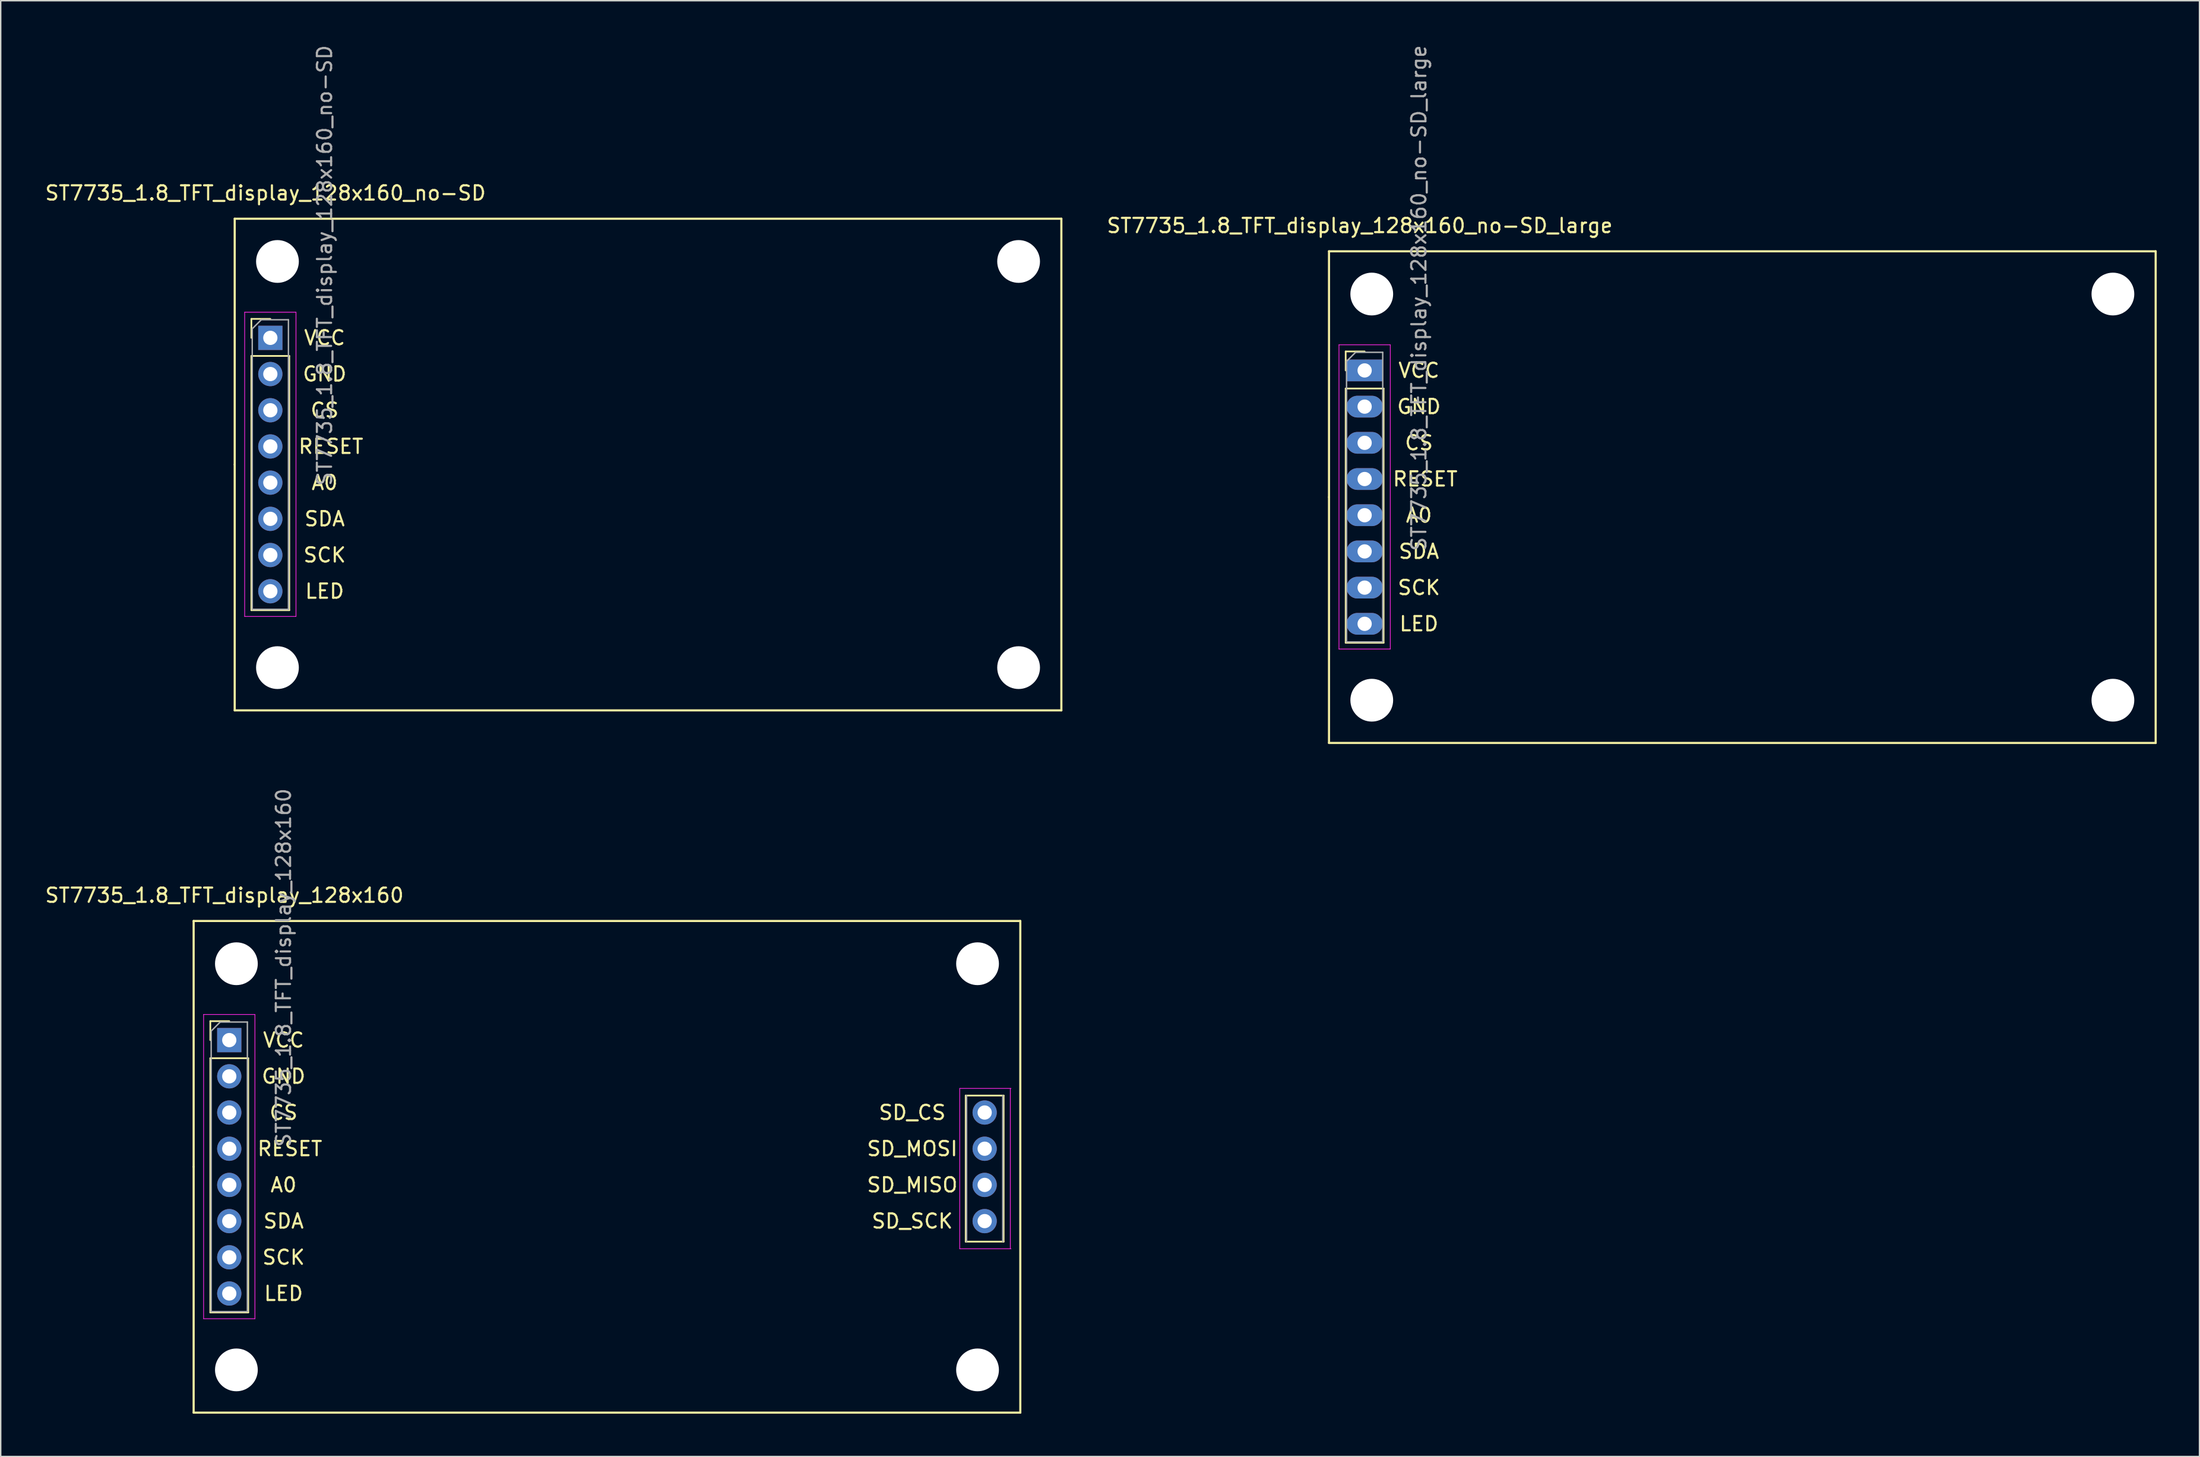
<source format=kicad_pcb>
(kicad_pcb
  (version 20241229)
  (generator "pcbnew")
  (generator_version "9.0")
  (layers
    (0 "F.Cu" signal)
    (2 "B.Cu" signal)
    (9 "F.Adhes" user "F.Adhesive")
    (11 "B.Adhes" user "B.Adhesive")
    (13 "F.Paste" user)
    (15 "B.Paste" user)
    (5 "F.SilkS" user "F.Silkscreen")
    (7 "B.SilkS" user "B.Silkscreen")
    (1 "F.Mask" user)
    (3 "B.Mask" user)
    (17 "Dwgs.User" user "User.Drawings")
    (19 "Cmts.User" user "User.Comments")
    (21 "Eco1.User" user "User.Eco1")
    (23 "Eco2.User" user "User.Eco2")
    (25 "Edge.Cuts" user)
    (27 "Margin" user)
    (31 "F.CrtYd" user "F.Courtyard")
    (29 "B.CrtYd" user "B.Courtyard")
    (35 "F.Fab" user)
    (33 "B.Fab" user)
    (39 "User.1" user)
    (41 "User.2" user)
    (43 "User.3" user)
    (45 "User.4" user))
  (footprint "ST7735_1.8_TFT_display_128x160"
    (layer "F.Cu")
    (at 13.036 69.935)
    (property "Reference" "ST7735_1.8_TFT_display_128x160" (at -0.34 -10.16 0) (layer "F.SilkS") (effects (font (size 1 1) (thickness 0.15))))
    (attr through_hole)
    (fp_line (start -2.5 8.89) (end -2.5 -8.36) (stroke (width 0.15) (type solid)) (layer "F.SilkS"))
    (fp_line (start -2.5 8.89) (end -2.5 26.14) (stroke (width 0.15) (type solid)) (layer "F.SilkS"))
    (fp_line (start -2.5 26.14) (end 55.5 26.14) (stroke (width 0.15) (type solid)) (layer "F.SilkS"))
    (fp_line (start -1.33 -1.33) (end 0 -1.33) (stroke (width 0.12) (type solid)) (layer "F.SilkS"))
    (fp_line (start -1.33 0) (end -1.33 -1.33) (stroke (width 0.12) (type solid)) (layer "F.SilkS"))
    (fp_line (start -1.33 1.27) (end -1.33 19.11) (stroke (width 0.12) (type solid)) (layer "F.SilkS"))
    (fp_line (start -1.33 1.27) (end 1.33 1.27) (stroke (width 0.12) (type solid)) (layer "F.SilkS"))
    (fp_line (start -1.33 19.11) (end 1.33 19.11) (stroke (width 0.12) (type solid)) (layer "F.SilkS"))
    (fp_line (start 1.33 1.27) (end 1.33 19.11) (stroke (width 0.12) (type solid)) (layer "F.SilkS"))
    (fp_line (start 51.67 3.89) (end 51.67 14.14) (stroke (width 0.12) (type solid)) (layer "F.SilkS"))
    (fp_line (start 51.67 3.89) (end 54.33 3.89) (stroke (width 0.12) (type solid)) (layer "F.SilkS"))
    (fp_line (start 51.67 14.14) (end 54.33 14.14) (stroke (width 0.12) (type solid)) (layer "F.SilkS"))
    (fp_line (start 54.33 3.89) (end 54.33 14.14) (stroke (width 0.12) (type solid)) (layer "F.SilkS"))
    (fp_line (start 55.5 -8.36) (end -2.5 -8.36) (stroke (width 0.15) (type solid)) (layer "F.SilkS"))
    (fp_line (start 55.5 26.14) (end 55.5 -8.36) (stroke (width 0.15) (type solid)) (layer "F.SilkS"))
    (fp_line (start -1.8 -1.8) (end -1.8 19.55) (stroke (width 0.05) (type solid)) (layer "F.CrtYd"))
    (fp_line (start -1.8 19.55) (end 1.8 19.55) (stroke (width 0.05) (type solid)) (layer "F.CrtYd"))
    (fp_line (start 1.8 -1.8) (end -1.8 -1.8) (stroke (width 0.05) (type solid)) (layer "F.CrtYd"))
    (fp_line (start 1.8 19.55) (end 1.8 -1.8) (stroke (width 0.05) (type solid)) (layer "F.CrtYd"))
    (fp_line (start 51.25 14.64) (end 51.25 3.39) (stroke (width 0.05) (type solid)) (layer "F.CrtYd"))
    (fp_line (start 54.8 14.64) (end 54.8 3.39) (stroke (width 0.05) (type solid)) (layer "F.CrtYd"))
    (fp_line (start 54.85 3.39) (end 51.25 3.39) (stroke (width 0.05) (type solid)) (layer "F.CrtYd"))
    (fp_line (start 54.85 14.64) (end 51.25 14.64) (stroke (width 0.05) (type solid)) (layer "F.CrtYd"))
    (fp_line (start -1.27 -0.635) (end -0.635 -1.27) (stroke (width 0.1) (type solid)) (layer "F.Fab"))
    (fp_line (start -1.27 19.05) (end -1.27 -0.635) (stroke (width 0.1) (type solid)) (layer "F.Fab"))
    (fp_line (start -0.635 -1.27) (end 1.27 -1.27) (stroke (width 0.1) (type solid)) (layer "F.Fab"))
    (fp_line (start 1.27 -1.27) (end 1.27 19.05) (stroke (width 0.1) (type solid)) (layer "F.Fab"))
    (fp_line (start 1.27 19.05) (end -1.27 19.05) (stroke (width 0.1) (type solid)) (layer "F.Fab"))
    (fp_line (start 51.73 14.14) (end 51.73 3.89) (stroke (width 0.1) (type solid)) (layer "F.Fab"))
    (fp_line (start 54.27 3.89) (end 54.27 14.14) (stroke (width 0.1) (type solid)) (layer "F.Fab"))
    (fp_text user "SD_MOSI" (at 47.92 7.62 0) (layer "F.SilkS") (effects (font (size 1 1) (thickness 0.15))))
    (fp_text user "SD_SCK" (at 47.92 12.7 0) (layer "F.SilkS") (effects (font (size 1 1) (thickness 0.15))))
    (fp_text user "RESET" (at 4.25 7.62 0) (layer "F.SilkS") (effects (font (size 1 1) (thickness 0.15))))
    (fp_text user "CS" (at 3.81 5.08 0) (layer "F.SilkS") (effects (font (size 1 1) (thickness 0.15))))
    (fp_text user "SD_CS" (at 47.92 5.08 0) (layer "F.SilkS") (effects (font (size 1 1) (thickness 0.15))))
    (fp_text user "VCC" (at 3.81 0 0) (layer "F.SilkS") (effects (font (size 1 1) (thickness 0.15))))
    (fp_text user "SDA" (at 3.81 12.7 0) (layer "F.SilkS") (effects (font (size 1 1) (thickness 0.15))))
    (fp_text user "GND" (at 3.81 2.54 0) (layer "F.SilkS") (effects (font (size 1 1) (thickness 0.15))))
    (fp_text user "SCK" (at 3.81 15.24 0) (layer "F.SilkS") (effects (font (size 1 1) (thickness 0.15))))
    (fp_text user "LED" (at 3.81 17.78 0) (layer "F.SilkS") (effects (font (size 1 1) (thickness 0.15))))
    (fp_text user "SD_MISO" (at 47.92 10.16 0) (layer "F.SilkS") (effects (font (size 1 1) (thickness 0.15))))
    (fp_text user "A0" (at 3.81 10.16 0) (layer "F.SilkS") (effects (font (size 1 1) (thickness 0.15))))
    (fp_text user "${REFERENCE}" (at 3.81 -5.08 90) (layer "F.Fab") (effects (font (size 1 1) (thickness 0.15))))
    (pad "" np_thru_hole oval (at 0.5 -5.36) (size 3 3) (drill 3) (layers "*.Cu" "*.Mask"))
    (pad "" np_thru_hole oval (at 0.5 23.14) (size 3 3) (drill 3) (layers "*.Cu" "*.Mask"))
    (pad "" np_thru_hole oval (at 52.5 -5.36) (size 3 3) (drill 3) (layers "*.Cu" "*.Mask"))
    (pad "" np_thru_hole oval (at 52.5 23.14) (size 3 3) (drill 3) (layers "*.Cu" "*.Mask"))
    (pad "1" thru_hole rect (at 0 0) (size 1.7 1.7) (drill 1) (layers "*.Cu" "*.Mask"))
    (pad "2" thru_hole oval (at 0 2.54) (size 1.7 1.7) (drill 1) (layers "*.Cu" "*.Mask"))
    (pad "3" thru_hole oval (at 0 5.08) (size 1.7 1.7) (drill 1) (layers "*.Cu" "*.Mask"))
    (pad "4" thru_hole oval (at 0 7.62) (size 1.7 1.7) (drill 1) (layers "*.Cu" "*.Mask"))
    (pad "5" thru_hole oval (at 0 10.16) (size 1.7 1.7) (drill 1) (layers "*.Cu" "*.Mask"))
    (pad "6" thru_hole oval (at 0 12.7) (size 1.7 1.7) (drill 1) (layers "*.Cu" "*.Mask"))
    (pad "7" thru_hole oval (at 0 15.24) (size 1.7 1.7) (drill 1) (layers "*.Cu" "*.Mask"))
    (pad "8" thru_hole oval (at 0 17.78) (size 1.7 1.7) (drill 1) (layers "*.Cu" "*.Mask"))
    (pad "9" thru_hole oval (at 53 5.08) (size 1.7 1.7) (drill 1) (layers "*.Cu" "*.Mask"))
    (pad "10" thru_hole oval (at 53 7.62) (size 1.7 1.7) (drill 1) (layers "*.Cu" "*.Mask"))
    (pad "11" thru_hole oval (at 53 10.16) (size 1.7 1.7) (drill 1) (layers "*.Cu" "*.Mask"))
    (pad "12" thru_hole oval (at 53 12.7) (size 1.7 1.7) (drill 1) (layers "*.Cu" "*.Mask")))
  (footprint "ST7735_1.8_TFT_display_128x160_no-SD_large"
    (layer "F.Cu")
    (at 92.695 22.943)
    (property "Reference" "ST7735_1.8_TFT_display_128x160_no-SD_large" (at -0.34 -10.16 0) (layer "F.SilkS") (effects (font (size 1 1) (thickness 0.15))))
    (attr through_hole)
    (fp_line (start -2.5 8.89) (end -2.5 -8.36) (stroke (width 0.15) (type solid)) (layer "F.SilkS"))
    (fp_line (start -2.5 8.89) (end -2.5 26.14) (stroke (width 0.15) (type solid)) (layer "F.SilkS"))
    (fp_line (start -2.5 26.14) (end 55.5 26.14) (stroke (width 0.15) (type solid)) (layer "F.SilkS"))
    (fp_line (start -1.33 -1.33) (end 0 -1.33) (stroke (width 0.12) (type solid)) (layer "F.SilkS"))
    (fp_line (start -1.33 0) (end -1.33 -1.33) (stroke (width 0.12) (type solid)) (layer "F.SilkS"))
    (fp_line (start -1.33 1.27) (end -1.33 19.11) (stroke (width 0.12) (type solid)) (layer "F.SilkS"))
    (fp_line (start -1.33 1.27) (end 1.33 1.27) (stroke (width 0.12) (type solid)) (layer "F.SilkS"))
    (fp_line (start -1.33 19.11) (end 1.33 19.11) (stroke (width 0.12) (type solid)) (layer "F.SilkS"))
    (fp_line (start 1.33 1.27) (end 1.33 19.11) (stroke (width 0.12) (type solid)) (layer "F.SilkS"))
    (fp_line (start 55.5 -8.36) (end -2.5 -8.36) (stroke (width 0.15) (type solid)) (layer "F.SilkS"))
    (fp_line (start 55.5 26.14) (end 55.5 -8.36) (stroke (width 0.15) (type solid)) (layer "F.SilkS"))
    (fp_line (start -1.8 -1.8) (end -1.8 19.55) (stroke (width 0.05) (type solid)) (layer "F.CrtYd"))
    (fp_line (start -1.8 19.55) (end 1.8 19.55) (stroke (width 0.05) (type solid)) (layer "F.CrtYd"))
    (fp_line (start 1.8 -1.8) (end -1.8 -1.8) (stroke (width 0.05) (type solid)) (layer "F.CrtYd"))
    (fp_line (start 1.8 19.55) (end 1.8 -1.8) (stroke (width 0.05) (type solid)) (layer "F.CrtYd"))
    (fp_line (start -1.27 -0.635) (end -0.635 -1.27) (stroke (width 0.1) (type solid)) (layer "F.Fab"))
    (fp_line (start -1.27 19.05) (end -1.27 -0.635) (stroke (width 0.1) (type solid)) (layer "F.Fab"))
    (fp_line (start -0.635 -1.27) (end 1.27 -1.27) (stroke (width 0.1) (type solid)) (layer "F.Fab"))
    (fp_line (start 1.27 -1.27) (end 1.27 19.05) (stroke (width 0.1) (type solid)) (layer "F.Fab"))
    (fp_line (start 1.27 19.05) (end -1.27 19.05) (stroke (width 0.1) (type solid)) (layer "F.Fab"))
    (fp_text user "CS" (at 3.81 5.08 0) (layer "F.SilkS") (effects (font (size 1 1) (thickness 0.15))))
    (fp_text user "GND" (at 3.81 2.54 0) (layer "F.SilkS") (effects (font (size 1 1) (thickness 0.15))))
    (fp_text user "LED" (at 3.81 17.78 0) (layer "F.SilkS") (effects (font (size 1 1) (thickness 0.15))))
    (fp_text user "VCC" (at 3.81 0 0) (layer "F.SilkS") (effects (font (size 1 1) (thickness 0.15))))
    (fp_text user "RESET" (at 4.25 7.62 0) (layer "F.SilkS") (effects (font (size 1 1) (thickness 0.15))))
    (fp_text user "SDA" (at 3.81 12.7 0) (layer "F.SilkS") (effects (font (size 1 1) (thickness 0.15))))
    (fp_text user "SCK" (at 3.81 15.24 0) (layer "F.SilkS") (effects (font (size 1 1) (thickness 0.15))))
    (fp_text user "A0" (at 3.81 10.16 0) (layer "F.SilkS") (effects (font (size 1 1) (thickness 0.15))))
    (fp_text user "${REFERENCE}" (at 3.81 -5.08 90) (layer "F.Fab") (effects (font (size 1 1) (thickness 0.15))))
    (pad "" np_thru_hole circle (at 0.5 -5.36) (size 3 3) (drill 3) (layers "*.Cu" "*.Mask"))
    (pad "" np_thru_hole circle (at 0.5 23.14) (size 3 3) (drill 3) (layers "*.Cu" "*.Mask"))
    (pad "" np_thru_hole circle (at 52.5 -5.36) (size 3 3) (drill 3) (layers "*.Cu" "*.Mask"))
    (pad "" np_thru_hole circle (at 52.5 23.14) (size 3 3) (drill 3) (layers "*.Cu" "*.Mask"))
    (pad "1" thru_hole rect (at 0 0) (size 2.54 1.524) (drill 1) (layers "*.Cu" "*.Mask"))
    (pad "2" thru_hole oval (at 0 2.54) (size 2.54 1.524) (drill 1) (layers "*.Cu" "*.Mask"))
    (pad "3" thru_hole oval (at 0 5.08) (size 2.54 1.524) (drill 1) (layers "*.Cu" "*.Mask"))
    (pad "4" thru_hole oval (at 0 7.62) (size 2.54 1.524) (drill 1) (layers "*.Cu" "*.Mask"))
    (pad "5" thru_hole oval (at 0 10.16) (size 2.54 1.524) (drill 1) (layers "*.Cu" "*.Mask"))
    (pad "6" thru_hole oval (at 0 12.7) (size 2.54 1.524) (drill 1) (layers "*.Cu" "*.Mask"))
    (pad "7" thru_hole oval (at 0 15.24) (size 2.54 1.524) (drill 1) (layers "*.Cu" "*.Mask"))
    (pad "8" thru_hole oval (at 0 17.78) (size 2.54 1.524) (drill 1) (layers "*.Cu" "*.Mask")))
  (footprint "ST7735_1.8_TFT_display_128x160_no-SD"
    (layer "F.Cu")
    (at 15.917 20.657)
    (property "Reference" "ST7735_1.8_TFT_display_128x160_no-SD" (at -0.34 -10.16 0) (layer "F.SilkS") (effects (font (size 1 1) (thickness 0.15))))
    (attr through_hole)
    (fp_line (start -2.5 8.89) (end -2.5 -8.36) (stroke (width 0.15) (type solid)) (layer "F.SilkS"))
    (fp_line (start -2.5 8.89) (end -2.5 26.14) (stroke (width 0.15) (type solid)) (layer "F.SilkS"))
    (fp_line (start -2.5 26.14) (end 55.5 26.14) (stroke (width 0.15) (type solid)) (layer "F.SilkS"))
    (fp_line (start -1.33 -1.33) (end 0 -1.33) (stroke (width 0.12) (type solid)) (layer "F.SilkS"))
    (fp_line (start -1.33 0) (end -1.33 -1.33) (stroke (width 0.12) (type solid)) (layer "F.SilkS"))
    (fp_line (start -1.33 1.27) (end -1.33 19.11) (stroke (width 0.12) (type solid)) (layer "F.SilkS"))
    (fp_line (start -1.33 1.27) (end 1.33 1.27) (stroke (width 0.12) (type solid)) (layer "F.SilkS"))
    (fp_line (start -1.33 19.11) (end 1.33 19.11) (stroke (width 0.12) (type solid)) (layer "F.SilkS"))
    (fp_line (start 1.33 1.27) (end 1.33 19.11) (stroke (width 0.12) (type solid)) (layer "F.SilkS"))
    (fp_line (start 55.5 -8.36) (end -2.5 -8.36) (stroke (width 0.15) (type solid)) (layer "F.SilkS"))
    (fp_line (start 55.5 26.14) (end 55.5 -8.36) (stroke (width 0.15) (type solid)) (layer "F.SilkS"))
    (fp_line (start -1.8 -1.8) (end -1.8 19.55) (stroke (width 0.05) (type solid)) (layer "F.CrtYd"))
    (fp_line (start -1.8 19.55) (end 1.8 19.55) (stroke (width 0.05) (type solid)) (layer "F.CrtYd"))
    (fp_line (start 1.8 -1.8) (end -1.8 -1.8) (stroke (width 0.05) (type solid)) (layer "F.CrtYd"))
    (fp_line (start 1.8 19.55) (end 1.8 -1.8) (stroke (width 0.05) (type solid)) (layer "F.CrtYd"))
    (fp_line (start -1.27 -0.635) (end -0.635 -1.27) (stroke (width 0.1) (type solid)) (layer "F.Fab"))
    (fp_line (start -1.27 19.05) (end -1.27 -0.635) (stroke (width 0.1) (type solid)) (layer "F.Fab"))
    (fp_line (start -0.635 -1.27) (end 1.27 -1.27) (stroke (width 0.1) (type solid)) (layer "F.Fab"))
    (fp_line (start 1.27 -1.27) (end 1.27 19.05) (stroke (width 0.1) (type solid)) (layer "F.Fab"))
    (fp_line (start 1.27 19.05) (end -1.27 19.05) (stroke (width 0.1) (type solid)) (layer "F.Fab"))
    (fp_text user "VCC" (at 3.81 0 0) (layer "F.SilkS") (effects (font (size 1 1) (thickness 0.15))))
    (fp_text user "SDA" (at 3.81 12.7 0) (layer "F.SilkS") (effects (font (size 1 1) (thickness 0.15))))
    (fp_text user "SCK" (at 3.81 15.24 0) (layer "F.SilkS") (effects (font (size 1 1) (thickness 0.15))))
    (fp_text user "A0" (at 3.81 10.16 0) (layer "F.SilkS") (effects (font (size 1 1) (thickness 0.15))))
    (fp_text user "LED" (at 3.81 17.78 0) (layer "F.SilkS") (effects (font (size 1 1) (thickness 0.15))))
    (fp_text user "RESET" (at 4.25 7.62 0) (layer "F.SilkS") (effects (font (size 1 1) (thickness 0.15))))
    (fp_text user "CS" (at 3.81 5.08 0) (layer "F.SilkS") (effects (font (size 1 1) (thickness 0.15))))
    (fp_text user "GND" (at 3.81 2.54 0) (layer "F.SilkS") (effects (font (size 1 1) (thickness 0.15))))
    (fp_text user "${REFERENCE}" (at 3.81 -5.08 90) (layer "F.Fab") (effects (font (size 1 1) (thickness 0.15))))
    (pad "" np_thru_hole oval (at 0.5 -5.36) (size 3 3) (drill 3) (layers "*.Cu" "*.Mask"))
    (pad "" np_thru_hole oval (at 0.5 23.14) (size 3 3) (drill 3) (layers "*.Cu" "*.Mask"))
    (pad "" np_thru_hole oval (at 52.5 -5.36) (size 3 3) (drill 3) (layers "*.Cu" "*.Mask"))
    (pad "" np_thru_hole oval (at 52.5 23.14) (size 3 3) (drill 3) (layers "*.Cu" "*.Mask"))
    (pad "1" thru_hole rect (at 0 0) (size 1.7 1.7) (drill 1) (layers "*.Cu" "*.Mask"))
    (pad "2" thru_hole oval (at 0 2.54) (size 1.7 1.7) (drill 1) (layers "*.Cu" "*.Mask"))
    (pad "3" thru_hole oval (at 0 5.08) (size 1.7 1.7) (drill 1) (layers "*.Cu" "*.Mask"))
    (pad "4" thru_hole oval (at 0 7.62) (size 1.7 1.7) (drill 1) (layers "*.Cu" "*.Mask"))
    (pad "5" thru_hole oval (at 0 10.16) (size 1.7 1.7) (drill 1) (layers "*.Cu" "*.Mask"))
    (pad "6" thru_hole oval (at 0 12.7) (size 1.7 1.7) (drill 1) (layers "*.Cu" "*.Mask"))
    (pad "7" thru_hole oval (at 0 15.24) (size 1.7 1.7) (drill 1) (layers "*.Cu" "*.Mask"))
    (pad "8" thru_hole oval (at 0 17.78) (size 1.7 1.7) (drill 1) (layers "*.Cu" "*.Mask")))
  (gr_rect
    (start -3 -3)
    (end 151.27 99.15)
    (stroke (width 0.1) (type default))
    (fill no)
    (layer "Edge.Cuts")))
</source>
